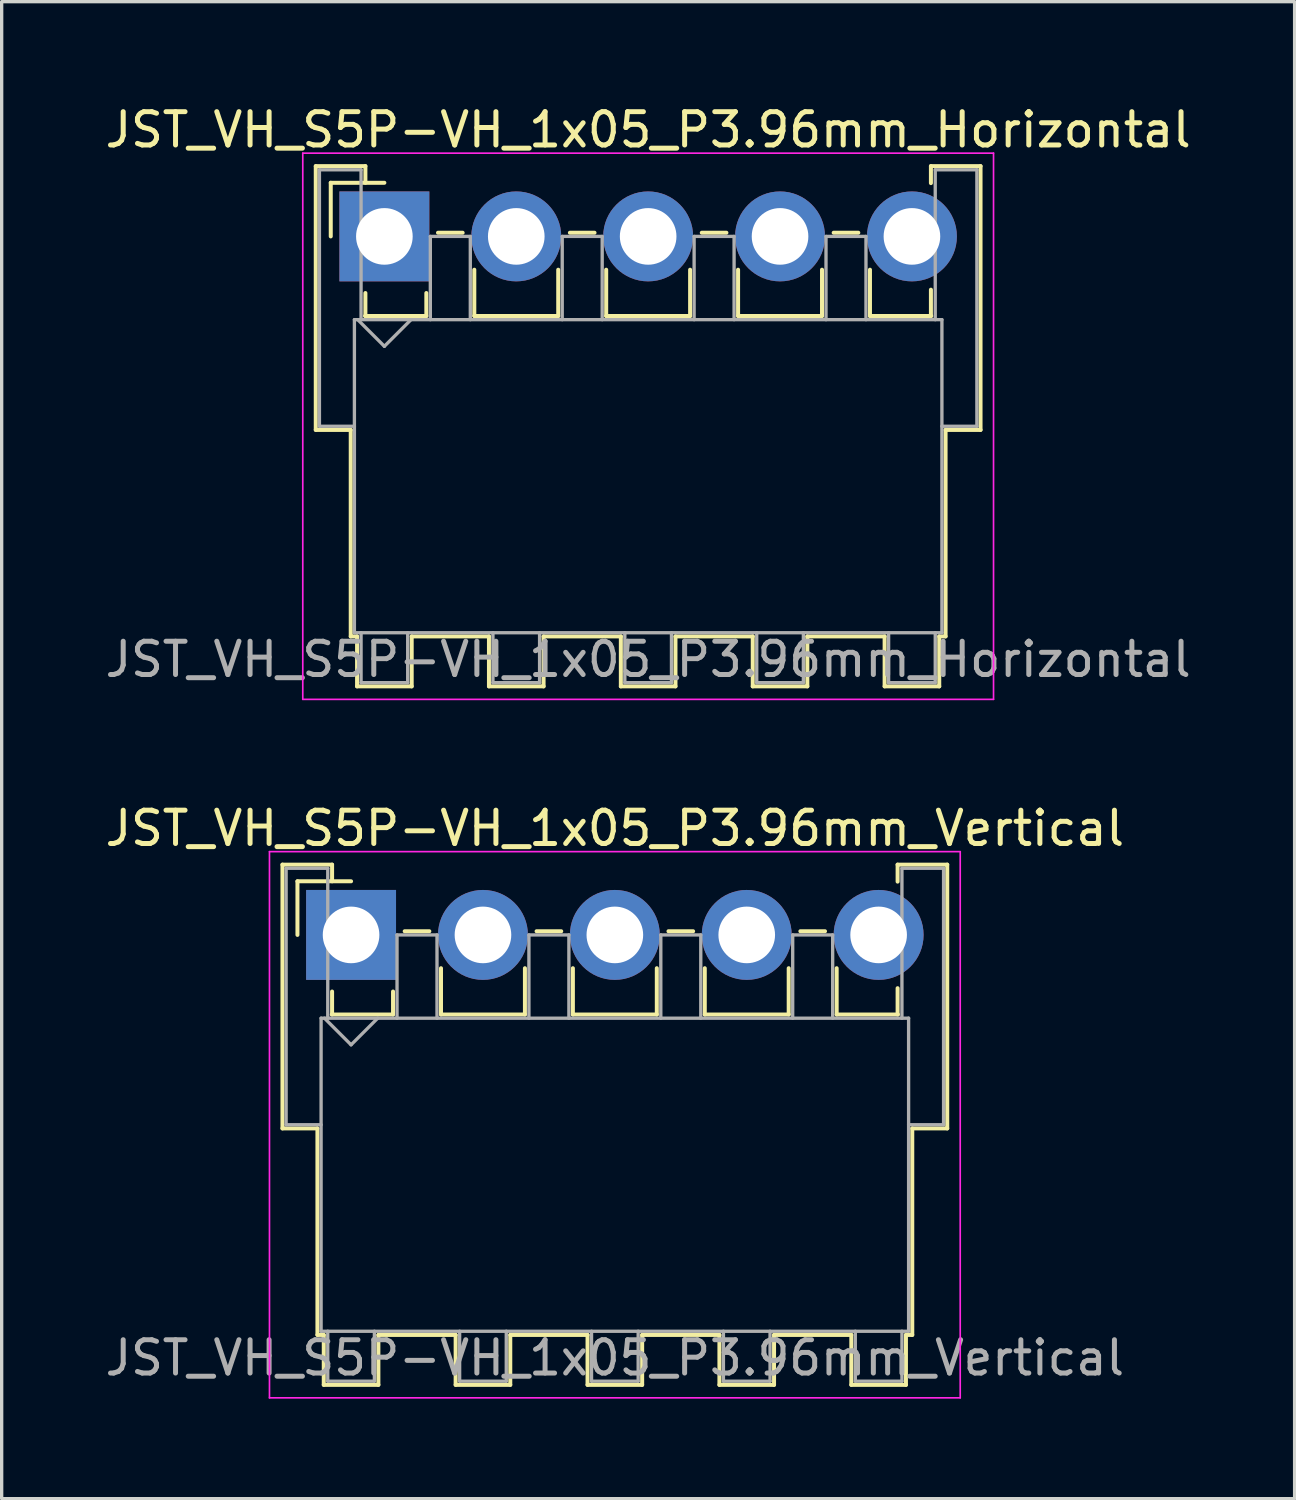
<source format=kicad_pcb>
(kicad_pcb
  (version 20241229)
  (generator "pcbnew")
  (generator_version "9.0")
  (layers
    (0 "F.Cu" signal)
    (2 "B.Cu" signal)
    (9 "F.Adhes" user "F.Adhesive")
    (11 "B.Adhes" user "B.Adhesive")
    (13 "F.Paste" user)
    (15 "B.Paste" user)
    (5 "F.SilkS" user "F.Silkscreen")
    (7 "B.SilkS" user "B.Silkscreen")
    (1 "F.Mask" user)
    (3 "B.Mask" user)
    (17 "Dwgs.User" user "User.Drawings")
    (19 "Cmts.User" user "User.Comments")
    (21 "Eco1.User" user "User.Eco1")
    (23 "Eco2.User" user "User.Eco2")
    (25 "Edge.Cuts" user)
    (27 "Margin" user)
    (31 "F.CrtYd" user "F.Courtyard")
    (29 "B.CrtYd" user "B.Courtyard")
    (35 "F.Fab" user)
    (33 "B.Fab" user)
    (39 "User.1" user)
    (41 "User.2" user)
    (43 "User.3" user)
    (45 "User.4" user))
  (footprint "JST_VH_S5P-VH_1x05_P3.96mm_Horizontal"
    (layer "F.Cu")
    (at 8.491 4.048)
    (property "Reference" "JST_VH_S5P-VH_1x05_P3.96mm_Horizontal" (at 7.92 -3.2 0) (layer "F.SilkS") (effects (font (size 1 1) (thickness 0.15))))
    (attr through_hole)
    (fp_line (start -2.06 -2.11) (end -0.57 -2.11) (stroke (width 0.12) (type solid)) (layer "F.SilkS"))
    (fp_line (start -2.06 5.81) (end -2.06 -2.11) (stroke (width 0.12) (type solid)) (layer "F.SilkS"))
    (fp_line (start -1.61 -1.61) (end -1.61 0) (stroke (width 0.12) (type solid)) (layer "F.SilkS"))
    (fp_line (start -1.01 5.81) (end -2.06 5.81) (stroke (width 0.12) (type solid)) (layer "F.SilkS"))
    (fp_line (start -1.01 5.81) (end -1.01 12.01) (stroke (width 0.12) (type solid)) (layer "F.SilkS"))
    (fp_line (start -1.01 12.01) (end -0.82 12.01) (stroke (width 0.12) (type solid)) (layer "F.SilkS"))
    (fp_line (start -0.82 12.01) (end -0.82 13.51) (stroke (width 0.12) (type solid)) (layer "F.SilkS"))
    (fp_line (start -0.82 13.51) (end 0.82 13.51) (stroke (width 0.12) (type solid)) (layer "F.SilkS"))
    (fp_line (start -0.58 2.39) (end 1.26 2.39) (stroke (width 0.12) (type solid)) (layer "F.SilkS"))
    (fp_line (start -0.57 -2.11) (end -0.57 -1.61) (stroke (width 0.12) (type solid)) (layer "F.SilkS"))
    (fp_line (start -0.57 1.7) (end -0.57 2.39) (stroke (width 0.12) (type solid)) (layer "F.SilkS"))
    (fp_line (start 0 -1.61) (end -1.61 -1.61) (stroke (width 0.12) (type solid)) (layer "F.SilkS"))
    (fp_line (start 0.82 12.01) (end 3.14 12.01) (stroke (width 0.12) (type solid)) (layer "F.SilkS"))
    (fp_line (start 0.82 13.51) (end 0.82 12.01) (stroke (width 0.12) (type solid)) (layer "F.SilkS"))
    (fp_line (start 1.26 2.39) (end 1.26 1.7) (stroke (width 0.12) (type solid)) (layer "F.SilkS"))
    (fp_line (start 1.61 -0.11) (end 2.35 -0.11) (stroke (width 0.12) (type solid)) (layer "F.SilkS"))
    (fp_line (start 2.7 1) (end 2.7 2.39) (stroke (width 0.12) (type solid)) (layer "F.SilkS"))
    (fp_line (start 2.7 2.39) (end 5.22 2.39) (stroke (width 0.12) (type solid)) (layer "F.SilkS"))
    (fp_line (start 3.14 12.01) (end 3.14 13.51) (stroke (width 0.12) (type solid)) (layer "F.SilkS"))
    (fp_line (start 3.14 13.51) (end 4.78 13.51) (stroke (width 0.12) (type solid)) (layer "F.SilkS"))
    (fp_line (start 4.78 12.01) (end 7.1 12.01) (stroke (width 0.12) (type solid)) (layer "F.SilkS"))
    (fp_line (start 4.78 13.51) (end 4.78 12.01) (stroke (width 0.12) (type solid)) (layer "F.SilkS"))
    (fp_line (start 5.22 2.39) (end 5.22 1) (stroke (width 0.12) (type solid)) (layer "F.SilkS"))
    (fp_line (start 5.57 -0.11) (end 6.31 -0.11) (stroke (width 0.12) (type solid)) (layer "F.SilkS"))
    (fp_line (start 6.66 1) (end 6.66 2.39) (stroke (width 0.12) (type solid)) (layer "F.SilkS"))
    (fp_line (start 6.66 2.39) (end 9.18 2.39) (stroke (width 0.12) (type solid)) (layer "F.SilkS"))
    (fp_line (start 7.1 12.01) (end 7.1 13.51) (stroke (width 0.12) (type solid)) (layer "F.SilkS"))
    (fp_line (start 7.1 13.51) (end 8.74 13.51) (stroke (width 0.12) (type solid)) (layer "F.SilkS"))
    (fp_line (start 8.74 12.01) (end 11.06 12.01) (stroke (width 0.12) (type solid)) (layer "F.SilkS"))
    (fp_line (start 8.74 13.51) (end 8.74 12.01) (stroke (width 0.12) (type solid)) (layer "F.SilkS"))
    (fp_line (start 9.18 2.39) (end 9.18 1) (stroke (width 0.12) (type solid)) (layer "F.SilkS"))
    (fp_line (start 9.53 -0.11) (end 10.27 -0.11) (stroke (width 0.12) (type solid)) (layer "F.SilkS"))
    (fp_line (start 10.62 1) (end 10.62 2.39) (stroke (width 0.12) (type solid)) (layer "F.SilkS"))
    (fp_line (start 10.62 2.39) (end 13.14 2.39) (stroke (width 0.12) (type solid)) (layer "F.SilkS"))
    (fp_line (start 11.06 12.01) (end 11.06 13.51) (stroke (width 0.12) (type solid)) (layer "F.SilkS"))
    (fp_line (start 11.06 13.51) (end 12.7 13.51) (stroke (width 0.12) (type solid)) (layer "F.SilkS"))
    (fp_line (start 12.7 12.01) (end 15.02 12.01) (stroke (width 0.12) (type solid)) (layer "F.SilkS"))
    (fp_line (start 12.7 13.51) (end 12.7 12.01) (stroke (width 0.12) (type solid)) (layer "F.SilkS"))
    (fp_line (start 13.14 2.39) (end 13.14 1) (stroke (width 0.12) (type solid)) (layer "F.SilkS"))
    (fp_line (start 13.49 -0.11) (end 14.23 -0.11) (stroke (width 0.12) (type solid)) (layer "F.SilkS"))
    (fp_line (start 14.58 1) (end 14.58 2.39) (stroke (width 0.12) (type solid)) (layer "F.SilkS"))
    (fp_line (start 14.58 2.39) (end 16.42 2.39) (stroke (width 0.12) (type solid)) (layer "F.SilkS"))
    (fp_line (start 15.02 12.01) (end 15.02 13.51) (stroke (width 0.12) (type solid)) (layer "F.SilkS"))
    (fp_line (start 15.02 13.51) (end 16.66 13.51) (stroke (width 0.12) (type solid)) (layer "F.SilkS"))
    (fp_line (start 16.41 -2.11) (end 17.9 -2.11) (stroke (width 0.12) (type solid)) (layer "F.SilkS"))
    (fp_line (start 16.41 -1.6) (end 16.41 -2.11) (stroke (width 0.12) (type solid)) (layer "F.SilkS"))
    (fp_line (start 16.41 2.39) (end 16.41 1.6) (stroke (width 0.12) (type solid)) (layer "F.SilkS"))
    (fp_line (start 16.66 12.01) (end 16.85 12.01) (stroke (width 0.12) (type solid)) (layer "F.SilkS"))
    (fp_line (start 16.66 13.51) (end 16.66 12.01) (stroke (width 0.12) (type solid)) (layer "F.SilkS"))
    (fp_line (start 16.85 12.01) (end 16.85 5.81) (stroke (width 0.12) (type solid)) (layer "F.SilkS"))
    (fp_line (start 17.9 -2.11) (end 17.9 5.81) (stroke (width 0.12) (type solid)) (layer "F.SilkS"))
    (fp_line (start 17.9 5.81) (end 16.85 5.81) (stroke (width 0.12) (type solid)) (layer "F.SilkS"))
    (fp_line (start -2.45 -2.5) (end -2.45 13.9) (stroke (width 0.05) (type solid)) (layer "F.CrtYd"))
    (fp_line (start -2.45 13.9) (end 18.29 13.9) (stroke (width 0.05) (type solid)) (layer "F.CrtYd"))
    (fp_line (start 18.29 -2.5) (end -2.45 -2.5) (stroke (width 0.05) (type solid)) (layer "F.CrtYd"))
    (fp_line (start 18.29 13.9) (end 18.29 -2.5) (stroke (width 0.05) (type solid)) (layer "F.CrtYd"))
    (fp_line (start -1.95 -2) (end -0.7 -2) (stroke (width 0.1) (type solid)) (layer "F.Fab"))
    (fp_line (start -1.95 5.7) (end -1.95 -2) (stroke (width 0.1) (type solid)) (layer "F.Fab"))
    (fp_line (start -0.9 2.5) (end -0.9 11.9) (stroke (width 0.1) (type solid)) (layer "F.Fab"))
    (fp_line (start -0.9 5.7) (end -1.95 5.7) (stroke (width 0.1) (type solid)) (layer "F.Fab"))
    (fp_line (start -0.9 11.9) (end 16.74 11.9) (stroke (width 0.1) (type solid)) (layer "F.Fab"))
    (fp_line (start -0.8 2.5) (end 0 3.3) (stroke (width 0.1) (type solid)) (layer "F.Fab"))
    (fp_line (start -0.7 -2) (end -0.7 2.5) (stroke (width 0.1) (type solid)) (layer "F.Fab"))
    (fp_line (start -0.7 11.9) (end -0.7 13.4) (stroke (width 0.1) (type solid)) (layer "F.Fab"))
    (fp_line (start -0.7 13.4) (end 0.7 13.4) (stroke (width 0.1) (type solid)) (layer "F.Fab"))
    (fp_line (start 0 3.3) (end 0.8 2.5) (stroke (width 0.1) (type solid)) (layer "F.Fab"))
    (fp_line (start 0.7 13.4) (end 0.7 11.9) (stroke (width 0.1) (type solid)) (layer "F.Fab"))
    (fp_line (start 1.38 0) (end 2.58 0) (stroke (width 0.1) (type solid)) (layer "F.Fab"))
    (fp_line (start 1.38 2.5) (end 1.38 0) (stroke (width 0.1) (type solid)) (layer "F.Fab"))
    (fp_line (start 2.58 0) (end 2.58 2.5) (stroke (width 0.1) (type solid)) (layer "F.Fab"))
    (fp_line (start 3.26 11.9) (end 3.26 13.4) (stroke (width 0.1) (type solid)) (layer "F.Fab"))
    (fp_line (start 3.26 13.4) (end 4.66 13.4) (stroke (width 0.1) (type solid)) (layer "F.Fab"))
    (fp_line (start 4.66 13.4) (end 4.66 11.9) (stroke (width 0.1) (type solid)) (layer "F.Fab"))
    (fp_line (start 5.34 0) (end 6.54 0) (stroke (width 0.1) (type solid)) (layer "F.Fab"))
    (fp_line (start 5.34 2.5) (end 5.34 0) (stroke (width 0.1) (type solid)) (layer "F.Fab"))
    (fp_line (start 6.54 0) (end 6.54 2.5) (stroke (width 0.1) (type solid)) (layer "F.Fab"))
    (fp_line (start 7.22 11.9) (end 7.22 13.4) (stroke (width 0.1) (type solid)) (layer "F.Fab"))
    (fp_line (start 7.22 13.4) (end 8.62 13.4) (stroke (width 0.1) (type solid)) (layer "F.Fab"))
    (fp_line (start 8.62 13.4) (end 8.62 11.9) (stroke (width 0.1) (type solid)) (layer "F.Fab"))
    (fp_line (start 9.3 0) (end 10.5 0) (stroke (width 0.1) (type solid)) (layer "F.Fab"))
    (fp_line (start 9.3 2.5) (end 9.3 0) (stroke (width 0.1) (type solid)) (layer "F.Fab"))
    (fp_line (start 10.5 0) (end 10.5 2.5) (stroke (width 0.1) (type solid)) (layer "F.Fab"))
    (fp_line (start 11.18 11.9) (end 11.18 13.4) (stroke (width 0.1) (type solid)) (layer "F.Fab"))
    (fp_line (start 11.18 13.4) (end 12.58 13.4) (stroke (width 0.1) (type solid)) (layer "F.Fab"))
    (fp_line (start 12.58 13.4) (end 12.58 11.9) (stroke (width 0.1) (type solid)) (layer "F.Fab"))
    (fp_line (start 13.26 0) (end 14.46 0) (stroke (width 0.1) (type solid)) (layer "F.Fab"))
    (fp_line (start 13.26 2.5) (end 13.26 0) (stroke (width 0.1) (type solid)) (layer "F.Fab"))
    (fp_line (start 14.46 0) (end 14.46 2.5) (stroke (width 0.1) (type solid)) (layer "F.Fab"))
    (fp_line (start 15.14 11.9) (end 15.14 13.4) (stroke (width 0.1) (type solid)) (layer "F.Fab"))
    (fp_line (start 15.14 13.4) (end 16.54 13.4) (stroke (width 0.1) (type solid)) (layer "F.Fab"))
    (fp_line (start 16.54 -2) (end 17.79 -2) (stroke (width 0.1) (type solid)) (layer "F.Fab"))
    (fp_line (start 16.54 2.5) (end 16.54 -2) (stroke (width 0.1) (type solid)) (layer "F.Fab"))
    (fp_line (start 16.54 13.4) (end 16.54 11.9) (stroke (width 0.1) (type solid)) (layer "F.Fab"))
    (fp_line (start 16.74 2.5) (end -0.9 2.5) (stroke (width 0.1) (type solid)) (layer "F.Fab"))
    (fp_line (start 16.74 11.9) (end 16.74 2.5) (stroke (width 0.1) (type solid)) (layer "F.Fab"))
    (fp_line (start 17.79 -2) (end 17.79 5.7) (stroke (width 0.1) (type solid)) (layer "F.Fab"))
    (fp_line (start 17.79 5.7) (end 16.74 5.7) (stroke (width 0.1) (type solid)) (layer "F.Fab"))
    (fp_text user "${REFERENCE}" (at 7.92 12.7 0) (layer "F.Fab") (effects (font (size 1 1) (thickness 0.15))))
    (pad "1" thru_hole rect (at 0 0) (size 2.7 2.7) (drill 1.7) (layers "*.Cu" "*.Mask"))
    (pad "2" thru_hole circle (at 3.96 0) (size 2.7 2.7) (drill 1.7) (layers "*.Cu" "*.Mask"))
    (pad "3" thru_hole circle (at 7.92 0) (size 2.7 2.7) (drill 1.7) (layers "*.Cu" "*.Mask"))
    (pad "4" thru_hole circle (at 11.88 0) (size 2.7 2.7) (drill 1.7) (layers "*.Cu" "*.Mask"))
    (pad "5" thru_hole circle (at 15.84 0) (size 2.7 2.7) (drill 1.7) (layers "*.Cu" "*.Mask")))
  (footprint "JST_VH_S5P-VH_1x05_P3.96mm_Vertical"
    (layer "F.Cu")
    (at 7.491 25.021)
    (property "Reference" "JST_VH_S5P-VH_1x05_P3.96mm_Vertical" (at 7.92 -3.2 0) (layer "F.SilkS") (effects (font (size 1 1) (thickness 0.15))))
    (attr through_hole)
    (fp_line (start -2.06 -2.11) (end -0.57 -2.11) (stroke (width 0.12) (type solid)) (layer "F.SilkS"))
    (fp_line (start -2.06 5.81) (end -2.06 -2.11) (stroke (width 0.12) (type solid)) (layer "F.SilkS"))
    (fp_line (start -1.61 -1.61) (end -1.61 0) (stroke (width 0.12) (type solid)) (layer "F.SilkS"))
    (fp_line (start -1.01 5.81) (end -2.06 5.81) (stroke (width 0.12) (type solid)) (layer "F.SilkS"))
    (fp_line (start -1.01 5.81) (end -1.01 12.01) (stroke (width 0.12) (type solid)) (layer "F.SilkS"))
    (fp_line (start -1.01 12.01) (end -0.82 12.01) (stroke (width 0.12) (type solid)) (layer "F.SilkS"))
    (fp_line (start -0.82 12.01) (end -0.82 13.51) (stroke (width 0.12) (type solid)) (layer "F.SilkS"))
    (fp_line (start -0.82 13.51) (end 0.82 13.51) (stroke (width 0.12) (type solid)) (layer "F.SilkS"))
    (fp_line (start -0.58 2.39) (end 1.26 2.39) (stroke (width 0.12) (type solid)) (layer "F.SilkS"))
    (fp_line (start -0.57 -2.11) (end -0.57 -1.61) (stroke (width 0.12) (type solid)) (layer "F.SilkS"))
    (fp_line (start -0.57 1.7) (end -0.57 2.39) (stroke (width 0.12) (type solid)) (layer "F.SilkS"))
    (fp_line (start 0 -1.61) (end -1.61 -1.61) (stroke (width 0.12) (type solid)) (layer "F.SilkS"))
    (fp_line (start 0.82 12.01) (end 3.14 12.01) (stroke (width 0.12) (type solid)) (layer "F.SilkS"))
    (fp_line (start 0.82 13.51) (end 0.82 12.01) (stroke (width 0.12) (type solid)) (layer "F.SilkS"))
    (fp_line (start 1.26 2.39) (end 1.26 1.7) (stroke (width 0.12) (type solid)) (layer "F.SilkS"))
    (fp_line (start 1.61 -0.11) (end 2.35 -0.11) (stroke (width 0.12) (type solid)) (layer "F.SilkS"))
    (fp_line (start 2.7 1) (end 2.7 2.39) (stroke (width 0.12) (type solid)) (layer "F.SilkS"))
    (fp_line (start 2.7 2.39) (end 5.22 2.39) (stroke (width 0.12) (type solid)) (layer "F.SilkS"))
    (fp_line (start 3.14 12.01) (end 3.14 13.51) (stroke (width 0.12) (type solid)) (layer "F.SilkS"))
    (fp_line (start 3.14 13.51) (end 4.78 13.51) (stroke (width 0.12) (type solid)) (layer "F.SilkS"))
    (fp_line (start 4.78 12.01) (end 7.1 12.01) (stroke (width 0.12) (type solid)) (layer "F.SilkS"))
    (fp_line (start 4.78 13.51) (end 4.78 12.01) (stroke (width 0.12) (type solid)) (layer "F.SilkS"))
    (fp_line (start 5.22 2.39) (end 5.22 1) (stroke (width 0.12) (type solid)) (layer "F.SilkS"))
    (fp_line (start 5.57 -0.11) (end 6.31 -0.11) (stroke (width 0.12) (type solid)) (layer "F.SilkS"))
    (fp_line (start 6.66 1) (end 6.66 2.39) (stroke (width 0.12) (type solid)) (layer "F.SilkS"))
    (fp_line (start 6.66 2.39) (end 9.18 2.39) (stroke (width 0.12) (type solid)) (layer "F.SilkS"))
    (fp_line (start 7.1 12.01) (end 7.1 13.51) (stroke (width 0.12) (type solid)) (layer "F.SilkS"))
    (fp_line (start 7.1 13.51) (end 8.74 13.51) (stroke (width 0.12) (type solid)) (layer "F.SilkS"))
    (fp_line (start 8.74 12.01) (end 11.06 12.01) (stroke (width 0.12) (type solid)) (layer "F.SilkS"))
    (fp_line (start 8.74 13.51) (end 8.74 12.01) (stroke (width 0.12) (type solid)) (layer "F.SilkS"))
    (fp_line (start 9.18 2.39) (end 9.18 1) (stroke (width 0.12) (type solid)) (layer "F.SilkS"))
    (fp_line (start 9.53 -0.11) (end 10.27 -0.11) (stroke (width 0.12) (type solid)) (layer "F.SilkS"))
    (fp_line (start 10.62 1) (end 10.62 2.39) (stroke (width 0.12) (type solid)) (layer "F.SilkS"))
    (fp_line (start 10.62 2.39) (end 13.14 2.39) (stroke (width 0.12) (type solid)) (layer "F.SilkS"))
    (fp_line (start 11.06 12.01) (end 11.06 13.51) (stroke (width 0.12) (type solid)) (layer "F.SilkS"))
    (fp_line (start 11.06 13.51) (end 12.7 13.51) (stroke (width 0.12) (type solid)) (layer "F.SilkS"))
    (fp_line (start 12.7 12.01) (end 15.02 12.01) (stroke (width 0.12) (type solid)) (layer "F.SilkS"))
    (fp_line (start 12.7 13.51) (end 12.7 12.01) (stroke (width 0.12) (type solid)) (layer "F.SilkS"))
    (fp_line (start 13.14 2.39) (end 13.14 1) (stroke (width 0.12) (type solid)) (layer "F.SilkS"))
    (fp_line (start 13.49 -0.11) (end 14.23 -0.11) (stroke (width 0.12) (type solid)) (layer "F.SilkS"))
    (fp_line (start 14.58 1) (end 14.58 2.39) (stroke (width 0.12) (type solid)) (layer "F.SilkS"))
    (fp_line (start 14.58 2.39) (end 16.42 2.39) (stroke (width 0.12) (type solid)) (layer "F.SilkS"))
    (fp_line (start 15.02 12.01) (end 15.02 13.51) (stroke (width 0.12) (type solid)) (layer "F.SilkS"))
    (fp_line (start 15.02 13.51) (end 16.66 13.51) (stroke (width 0.12) (type solid)) (layer "F.SilkS"))
    (fp_line (start 16.41 -2.11) (end 17.9 -2.11) (stroke (width 0.12) (type solid)) (layer "F.SilkS"))
    (fp_line (start 16.41 -1.6) (end 16.41 -2.11) (stroke (width 0.12) (type solid)) (layer "F.SilkS"))
    (fp_line (start 16.41 2.39) (end 16.41 1.6) (stroke (width 0.12) (type solid)) (layer "F.SilkS"))
    (fp_line (start 16.66 12.01) (end 16.85 12.01) (stroke (width 0.12) (type solid)) (layer "F.SilkS"))
    (fp_line (start 16.66 13.51) (end 16.66 12.01) (stroke (width 0.12) (type solid)) (layer "F.SilkS"))
    (fp_line (start 16.85 12.01) (end 16.85 5.81) (stroke (width 0.12) (type solid)) (layer "F.SilkS"))
    (fp_line (start 17.9 -2.11) (end 17.9 5.81) (stroke (width 0.12) (type solid)) (layer "F.SilkS"))
    (fp_line (start 17.9 5.81) (end 16.85 5.81) (stroke (width 0.12) (type solid)) (layer "F.SilkS"))
    (fp_line (start -2.45 -2.5) (end -2.45 13.9) (stroke (width 0.05) (type solid)) (layer "F.CrtYd"))
    (fp_line (start -2.45 13.9) (end 18.29 13.9) (stroke (width 0.05) (type solid)) (layer "F.CrtYd"))
    (fp_line (start 18.29 -2.5) (end -2.45 -2.5) (stroke (width 0.05) (type solid)) (layer "F.CrtYd"))
    (fp_line (start 18.29 13.9) (end 18.29 -2.5) (stroke (width 0.05) (type solid)) (layer "F.CrtYd"))
    (fp_line (start -1.95 -2) (end -0.7 -2) (stroke (width 0.1) (type solid)) (layer "F.Fab"))
    (fp_line (start -1.95 5.7) (end -1.95 -2) (stroke (width 0.1) (type solid)) (layer "F.Fab"))
    (fp_line (start -0.9 2.5) (end -0.9 11.9) (stroke (width 0.1) (type solid)) (layer "F.Fab"))
    (fp_line (start -0.9 5.7) (end -1.95 5.7) (stroke (width 0.1) (type solid)) (layer "F.Fab"))
    (fp_line (start -0.9 11.9) (end 16.74 11.9) (stroke (width 0.1) (type solid)) (layer "F.Fab"))
    (fp_line (start -0.8 2.5) (end 0 3.3) (stroke (width 0.1) (type solid)) (layer "F.Fab"))
    (fp_line (start -0.7 -2) (end -0.7 2.5) (stroke (width 0.1) (type solid)) (layer "F.Fab"))
    (fp_line (start -0.7 11.9) (end -0.7 13.4) (stroke (width 0.1) (type solid)) (layer "F.Fab"))
    (fp_line (start -0.7 13.4) (end 0.7 13.4) (stroke (width 0.1) (type solid)) (layer "F.Fab"))
    (fp_line (start 0 3.3) (end 0.8 2.5) (stroke (width 0.1) (type solid)) (layer "F.Fab"))
    (fp_line (start 0.7 13.4) (end 0.7 11.9) (stroke (width 0.1) (type solid)) (layer "F.Fab"))
    (fp_line (start 1.38 0) (end 2.58 0) (stroke (width 0.1) (type solid)) (layer "F.Fab"))
    (fp_line (start 1.38 2.5) (end 1.38 0) (stroke (width 0.1) (type solid)) (layer "F.Fab"))
    (fp_line (start 2.58 0) (end 2.58 2.5) (stroke (width 0.1) (type solid)) (layer "F.Fab"))
    (fp_line (start 3.26 11.9) (end 3.26 13.4) (stroke (width 0.1) (type solid)) (layer "F.Fab"))
    (fp_line (start 3.26 13.4) (end 4.66 13.4) (stroke (width 0.1) (type solid)) (layer "F.Fab"))
    (fp_line (start 4.66 13.4) (end 4.66 11.9) (stroke (width 0.1) (type solid)) (layer "F.Fab"))
    (fp_line (start 5.34 0) (end 6.54 0) (stroke (width 0.1) (type solid)) (layer "F.Fab"))
    (fp_line (start 5.34 2.5) (end 5.34 0) (stroke (width 0.1) (type solid)) (layer "F.Fab"))
    (fp_line (start 6.54 0) (end 6.54 2.5) (stroke (width 0.1) (type solid)) (layer "F.Fab"))
    (fp_line (start 7.22 11.9) (end 7.22 13.4) (stroke (width 0.1) (type solid)) (layer "F.Fab"))
    (fp_line (start 7.22 13.4) (end 8.62 13.4) (stroke (width 0.1) (type solid)) (layer "F.Fab"))
    (fp_line (start 8.62 13.4) (end 8.62 11.9) (stroke (width 0.1) (type solid)) (layer "F.Fab"))
    (fp_line (start 9.3 0) (end 10.5 0) (stroke (width 0.1) (type solid)) (layer "F.Fab"))
    (fp_line (start 9.3 2.5) (end 9.3 0) (stroke (width 0.1) (type solid)) (layer "F.Fab"))
    (fp_line (start 10.5 0) (end 10.5 2.5) (stroke (width 0.1) (type solid)) (layer "F.Fab"))
    (fp_line (start 11.18 11.9) (end 11.18 13.4) (stroke (width 0.1) (type solid)) (layer "F.Fab"))
    (fp_line (start 11.18 13.4) (end 12.58 13.4) (stroke (width 0.1) (type solid)) (layer "F.Fab"))
    (fp_line (start 12.58 13.4) (end 12.58 11.9) (stroke (width 0.1) (type solid)) (layer "F.Fab"))
    (fp_line (start 13.26 0) (end 14.46 0) (stroke (width 0.1) (type solid)) (layer "F.Fab"))
    (fp_line (start 13.26 2.5) (end 13.26 0) (stroke (width 0.1) (type solid)) (layer "F.Fab"))
    (fp_line (start 14.46 0) (end 14.46 2.5) (stroke (width 0.1) (type solid)) (layer "F.Fab"))
    (fp_line (start 15.14 11.9) (end 15.14 13.4) (stroke (width 0.1) (type solid)) (layer "F.Fab"))
    (fp_line (start 15.14 13.4) (end 16.54 13.4) (stroke (width 0.1) (type solid)) (layer "F.Fab"))
    (fp_line (start 16.54 -2) (end 17.79 -2) (stroke (width 0.1) (type solid)) (layer "F.Fab"))
    (fp_line (start 16.54 2.5) (end 16.54 -2) (stroke (width 0.1) (type solid)) (layer "F.Fab"))
    (fp_line (start 16.54 13.4) (end 16.54 11.9) (stroke (width 0.1) (type solid)) (layer "F.Fab"))
    (fp_line (start 16.74 2.5) (end -0.9 2.5) (stroke (width 0.1) (type solid)) (layer "F.Fab"))
    (fp_line (start 16.74 11.9) (end 16.74 2.5) (stroke (width 0.1) (type solid)) (layer "F.Fab"))
    (fp_line (start 17.79 -2) (end 17.79 5.7) (stroke (width 0.1) (type solid)) (layer "F.Fab"))
    (fp_line (start 17.79 5.7) (end 16.74 5.7) (stroke (width 0.1) (type solid)) (layer "F.Fab"))
    (fp_text user "${REFERENCE}" (at 7.92 12.7 0) (layer "F.Fab") (effects (font (size 1 1) (thickness 0.15))))
    (pad "1" thru_hole rect (at 0 0) (size 2.7 2.7) (drill 1.7) (layers "*.Cu" "*.Mask"))
    (pad "2" thru_hole circle (at 3.96 0) (size 2.7 2.7) (drill 1.7) (layers "*.Cu" "*.Mask"))
    (pad "3" thru_hole circle (at 7.92 0) (size 2.7 2.7) (drill 1.7) (layers "*.Cu" "*.Mask"))
    (pad "4" thru_hole circle (at 11.88 0) (size 2.7 2.7) (drill 1.7) (layers "*.Cu" "*.Mask"))
    (pad "5" thru_hole circle (at 15.84 0) (size 2.7 2.7) (drill 1.7) (layers "*.Cu" "*.Mask")))
  (gr_rect
    (start -3 -3)
    (end 35.821 41.947)
    (stroke (width 0.1) (type default))
    (fill no)
    (layer "Edge.Cuts")))
</source>
